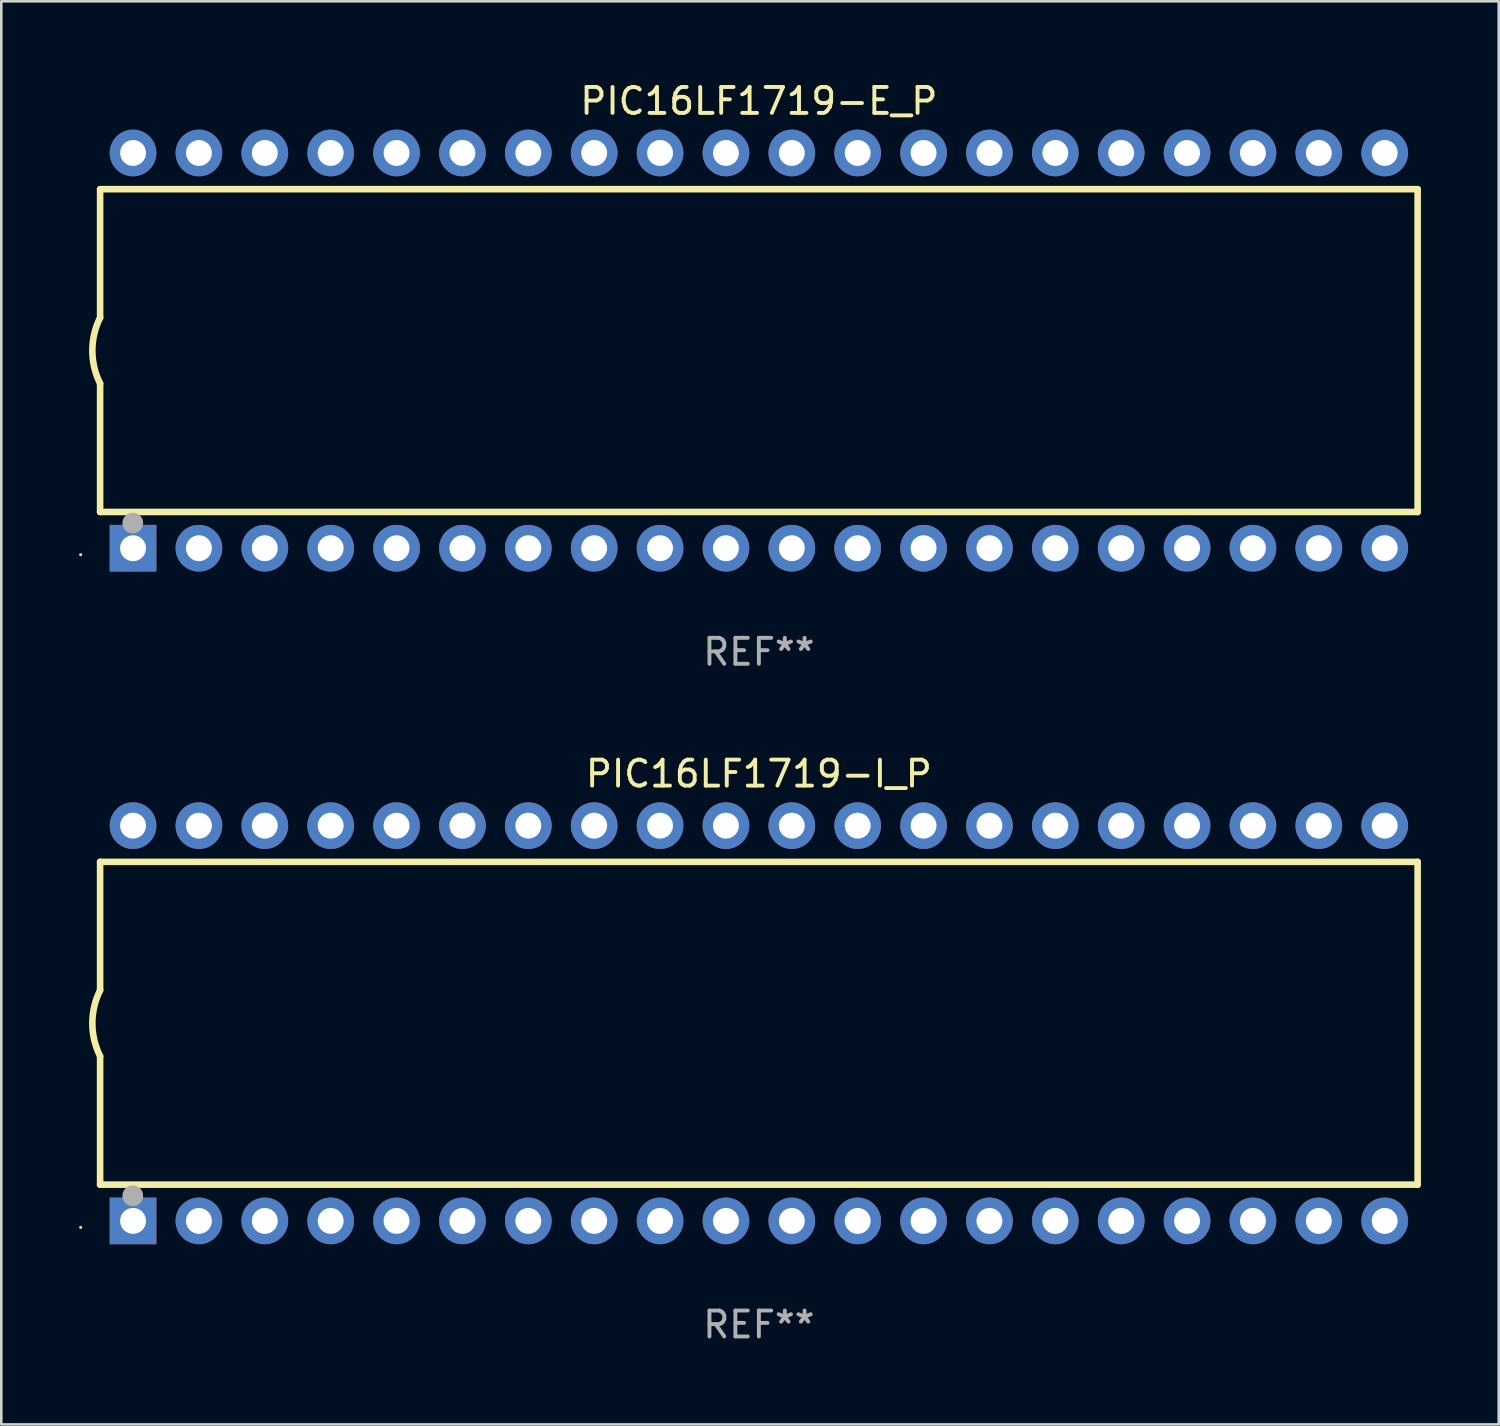
<source format=kicad_pcb>
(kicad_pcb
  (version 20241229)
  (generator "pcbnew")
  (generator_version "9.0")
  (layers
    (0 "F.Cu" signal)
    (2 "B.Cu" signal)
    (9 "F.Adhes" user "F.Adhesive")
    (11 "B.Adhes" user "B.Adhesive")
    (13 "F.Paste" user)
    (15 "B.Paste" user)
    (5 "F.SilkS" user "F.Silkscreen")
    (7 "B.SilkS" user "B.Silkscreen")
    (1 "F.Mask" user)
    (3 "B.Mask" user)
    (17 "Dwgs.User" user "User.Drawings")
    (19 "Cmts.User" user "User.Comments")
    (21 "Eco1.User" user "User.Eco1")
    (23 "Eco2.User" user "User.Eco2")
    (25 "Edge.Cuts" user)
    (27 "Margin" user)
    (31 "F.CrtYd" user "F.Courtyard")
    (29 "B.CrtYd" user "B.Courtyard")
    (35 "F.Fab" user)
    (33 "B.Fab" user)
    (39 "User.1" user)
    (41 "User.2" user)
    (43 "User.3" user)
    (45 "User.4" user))
  (footprint "PIC16LF1719-I_P"
    (layer "F.Cu")
    (at 26.21 36.405)
    (property "Reference" "PIC16LF1719-I_P" (at 0 -9.62 0) (layer "F.SilkS") (effects (font (size 1 1) (thickness 0.15))))
    (attr through_hole)
    (fp_line (start -25.4 -6.224) (end -25.4 -1.271) (stroke (width 0.254) (type solid)) (layer "F.SilkS"))
    (fp_line (start -25.4 -6.224) (end 25.4 -6.224) (stroke (width 0.254) (type solid)) (layer "F.SilkS"))
    (fp_line (start -25.4 1.269) (end -25.4 6.222) (stroke (width 0.254) (type solid)) (layer "F.SilkS"))
    (fp_line (start -25.4 6.222) (end 25.4 6.222) (stroke (width 0.254) (type solid)) (layer "F.SilkS"))
    (fp_line (start 25.4 6.222) (end 25.4 -6.224) (stroke (width 0.254) (type solid)) (layer "F.SilkS"))
    (fp_arc (start -25.4 1.269241) (mid -25.699807 -0.000762) (end -25.4 -1.270765) (stroke (width 0.254001) (type solid)) (layer "F.SilkS"))
    (fp_circle (center -26.15 7.87) (end -26.12 7.87) (stroke (width 0.06) (type solid)) (fill no) (layer "F.SilkS"))
    (fp_circle (center -24.14 6.65) (end -23.94 6.65) (stroke (width 0.4) (type solid)) (fill no) (layer "F.Fab"))
    (fp_text user "REF**" (at 0 11.62 0) (layer "F.Fab") (effects (font (size 1 1) (thickness 0.15))))
    (pad "1" thru_hole rect (at -24.13 7.62 90) (size 1.8 1.8) (drill 1) (layers "*.Cu" "*.Mask"))
    (pad "2" thru_hole circle (at -21.59 7.62) (size 1.8 1.8) (drill 1) (layers "*.Cu" "*.Mask"))
    (pad "3" thru_hole circle (at -19.05 7.62) (size 1.8 1.8) (drill 1) (layers "*.Cu" "*.Mask"))
    (pad "4" thru_hole circle (at -16.51 7.62) (size 1.8 1.8) (drill 1) (layers "*.Cu" "*.Mask"))
    (pad "5" thru_hole circle (at -13.97 7.62) (size 1.8 1.8) (drill 1) (layers "*.Cu" "*.Mask"))
    (pad "6" thru_hole circle (at -11.43 7.62) (size 1.8 1.8) (drill 1) (layers "*.Cu" "*.Mask"))
    (pad "7" thru_hole circle (at -8.89 7.62) (size 1.8 1.8) (drill 1) (layers "*.Cu" "*.Mask"))
    (pad "8" thru_hole circle (at -6.35 7.62) (size 1.8 1.8) (drill 1) (layers "*.Cu" "*.Mask"))
    (pad "9" thru_hole circle (at -3.81 7.62) (size 1.8 1.8) (drill 1) (layers "*.Cu" "*.Mask"))
    (pad "10" thru_hole circle (at -1.27 7.62) (size 1.8 1.8) (drill 1) (layers "*.Cu" "*.Mask"))
    (pad "11" thru_hole circle (at 1.27 7.62) (size 1.8 1.8) (drill 1) (layers "*.Cu" "*.Mask"))
    (pad "12" thru_hole circle (at 3.81 7.62) (size 1.8 1.8) (drill 1) (layers "*.Cu" "*.Mask"))
    (pad "13" thru_hole circle (at 6.35 7.62) (size 1.8 1.8) (drill 1) (layers "*.Cu" "*.Mask"))
    (pad "14" thru_hole circle (at 8.89 7.62) (size 1.8 1.8) (drill 1) (layers "*.Cu" "*.Mask"))
    (pad "15" thru_hole circle (at 11.43 7.62) (size 1.8 1.8) (drill 1) (layers "*.Cu" "*.Mask"))
    (pad "16" thru_hole circle (at 13.97 7.62) (size 1.8 1.8) (drill 1) (layers "*.Cu" "*.Mask"))
    (pad "17" thru_hole circle (at 16.51 7.62) (size 1.8 1.8) (drill 1) (layers "*.Cu" "*.Mask"))
    (pad "18" thru_hole circle (at 19.05 7.62) (size 1.8 1.8) (drill 1) (layers "*.Cu" "*.Mask"))
    (pad "19" thru_hole circle (at 21.59 7.62) (size 1.8 1.8) (drill 1) (layers "*.Cu" "*.Mask"))
    (pad "20" thru_hole circle (at 24.13 7.62) (size 1.8 1.8) (drill 1) (layers "*.Cu" "*.Mask"))
    (pad "21" thru_hole circle (at 24.13 -7.62) (size 1.8 1.8) (drill 1) (layers "*.Cu" "*.Mask"))
    (pad "22" thru_hole circle (at 21.59 -7.62) (size 1.8 1.8) (drill 1) (layers "*.Cu" "*.Mask"))
    (pad "23" thru_hole circle (at 19.05 -7.62) (size 1.8 1.8) (drill 1) (layers "*.Cu" "*.Mask"))
    (pad "24" thru_hole circle (at 16.51 -7.62) (size 1.8 1.8) (drill 1) (layers "*.Cu" "*.Mask"))
    (pad "25" thru_hole circle (at 13.97 -7.62) (size 1.8 1.8) (drill 1) (layers "*.Cu" "*.Mask"))
    (pad "26" thru_hole circle (at 11.43 -7.62) (size 1.8 1.8) (drill 1) (layers "*.Cu" "*.Mask"))
    (pad "27" thru_hole circle (at 8.89 -7.62) (size 1.8 1.8) (drill 1) (layers "*.Cu" "*.Mask"))
    (pad "28" thru_hole circle (at 6.35 -7.62) (size 1.8 1.8) (drill 1) (layers "*.Cu" "*.Mask"))
    (pad "29" thru_hole circle (at 3.81 -7.62) (size 1.8 1.8) (drill 1) (layers "*.Cu" "*.Mask"))
    (pad "30" thru_hole circle (at 1.27 -7.62) (size 1.8 1.8) (drill 1) (layers "*.Cu" "*.Mask"))
    (pad "31" thru_hole circle (at -1.27 -7.62) (size 1.8 1.8) (drill 1) (layers "*.Cu" "*.Mask"))
    (pad "32" thru_hole circle (at -3.81 -7.62) (size 1.8 1.8) (drill 1) (layers "*.Cu" "*.Mask"))
    (pad "33" thru_hole circle (at -6.35 -7.62) (size 1.8 1.8) (drill 1) (layers "*.Cu" "*.Mask"))
    (pad "34" thru_hole circle (at -8.89 -7.62) (size 1.8 1.8) (drill 1) (layers "*.Cu" "*.Mask"))
    (pad "35" thru_hole circle (at -11.43 -7.62) (size 1.8 1.8) (drill 1) (layers "*.Cu" "*.Mask"))
    (pad "36" thru_hole circle (at -13.97 -7.62) (size 1.8 1.8) (drill 1) (layers "*.Cu" "*.Mask"))
    (pad "37" thru_hole circle (at -16.51 -7.62) (size 1.8 1.8) (drill 1) (layers "*.Cu" "*.Mask"))
    (pad "38" thru_hole circle (at -19.05 -7.62) (size 1.8 1.8) (drill 1) (layers "*.Cu" "*.Mask"))
    (pad "39" thru_hole circle (at -21.59 -7.62) (size 1.8 1.8) (drill 1) (layers "*.Cu" "*.Mask"))
    (pad "40" thru_hole circle (at -24.13 -7.62) (size 1.8 1.8) (drill 1) (layers "*.Cu" "*.Mask")))
  (footprint "PIC16LF1719-E_P"
    (layer "F.Cu")
    (at 26.21 10.468)
    (property "Reference" "PIC16LF1719-E_P" (at 0 -9.62 0) (layer "F.SilkS") (effects (font (size 1 1) (thickness 0.15))))
    (attr through_hole)
    (fp_line (start -25.4 -6.224) (end -25.4 -1.271) (stroke (width 0.254) (type solid)) (layer "F.SilkS"))
    (fp_line (start -25.4 -6.224) (end 25.4 -6.224) (stroke (width 0.254) (type solid)) (layer "F.SilkS"))
    (fp_line (start -25.4 1.269) (end -25.4 6.222) (stroke (width 0.254) (type solid)) (layer "F.SilkS"))
    (fp_line (start -25.4 6.222) (end 25.4 6.222) (stroke (width 0.254) (type solid)) (layer "F.SilkS"))
    (fp_line (start 25.4 6.222) (end 25.4 -6.224) (stroke (width 0.254) (type solid)) (layer "F.SilkS"))
    (fp_arc (start -25.4 1.269241) (mid -25.699807 -0.000762) (end -25.4 -1.270765) (stroke (width 0.254001) (type solid)) (layer "F.SilkS"))
    (fp_circle (center -26.15 7.87) (end -26.12 7.87) (stroke (width 0.06) (type solid)) (fill no) (layer "F.SilkS"))
    (fp_circle (center -24.14 6.65) (end -23.94 6.65) (stroke (width 0.4) (type solid)) (fill no) (layer "F.Fab"))
    (fp_text user "REF**" (at 0 11.62 0) (layer "F.Fab") (effects (font (size 1 1) (thickness 0.15))))
    (pad "1" thru_hole rect (at -24.13 7.62 90) (size 1.8 1.8) (drill 1) (layers "*.Cu" "*.Mask"))
    (pad "2" thru_hole circle (at -21.59 7.62) (size 1.8 1.8) (drill 1) (layers "*.Cu" "*.Mask"))
    (pad "3" thru_hole circle (at -19.05 7.62) (size 1.8 1.8) (drill 1) (layers "*.Cu" "*.Mask"))
    (pad "4" thru_hole circle (at -16.51 7.62) (size 1.8 1.8) (drill 1) (layers "*.Cu" "*.Mask"))
    (pad "5" thru_hole circle (at -13.97 7.62) (size 1.8 1.8) (drill 1) (layers "*.Cu" "*.Mask"))
    (pad "6" thru_hole circle (at -11.43 7.62) (size 1.8 1.8) (drill 1) (layers "*.Cu" "*.Mask"))
    (pad "7" thru_hole circle (at -8.89 7.62) (size 1.8 1.8) (drill 1) (layers "*.Cu" "*.Mask"))
    (pad "8" thru_hole circle (at -6.35 7.62) (size 1.8 1.8) (drill 1) (layers "*.Cu" "*.Mask"))
    (pad "9" thru_hole circle (at -3.81 7.62) (size 1.8 1.8) (drill 1) (layers "*.Cu" "*.Mask"))
    (pad "10" thru_hole circle (at -1.27 7.62) (size 1.8 1.8) (drill 1) (layers "*.Cu" "*.Mask"))
    (pad "11" thru_hole circle (at 1.27 7.62) (size 1.8 1.8) (drill 1) (layers "*.Cu" "*.Mask"))
    (pad "12" thru_hole circle (at 3.81 7.62) (size 1.8 1.8) (drill 1) (layers "*.Cu" "*.Mask"))
    (pad "13" thru_hole circle (at 6.35 7.62) (size 1.8 1.8) (drill 1) (layers "*.Cu" "*.Mask"))
    (pad "14" thru_hole circle (at 8.89 7.62) (size 1.8 1.8) (drill 1) (layers "*.Cu" "*.Mask"))
    (pad "15" thru_hole circle (at 11.43 7.62) (size 1.8 1.8) (drill 1) (layers "*.Cu" "*.Mask"))
    (pad "16" thru_hole circle (at 13.97 7.62) (size 1.8 1.8) (drill 1) (layers "*.Cu" "*.Mask"))
    (pad "17" thru_hole circle (at 16.51 7.62) (size 1.8 1.8) (drill 1) (layers "*.Cu" "*.Mask"))
    (pad "18" thru_hole circle (at 19.05 7.62) (size 1.8 1.8) (drill 1) (layers "*.Cu" "*.Mask"))
    (pad "19" thru_hole circle (at 21.59 7.62) (size 1.8 1.8) (drill 1) (layers "*.Cu" "*.Mask"))
    (pad "20" thru_hole circle (at 24.13 7.62) (size 1.8 1.8) (drill 1) (layers "*.Cu" "*.Mask"))
    (pad "21" thru_hole circle (at 24.13 -7.62) (size 1.8 1.8) (drill 1) (layers "*.Cu" "*.Mask"))
    (pad "22" thru_hole circle (at 21.59 -7.62) (size 1.8 1.8) (drill 1) (layers "*.Cu" "*.Mask"))
    (pad "23" thru_hole circle (at 19.05 -7.62) (size 1.8 1.8) (drill 1) (layers "*.Cu" "*.Mask"))
    (pad "24" thru_hole circle (at 16.51 -7.62) (size 1.8 1.8) (drill 1) (layers "*.Cu" "*.Mask"))
    (pad "25" thru_hole circle (at 13.97 -7.62) (size 1.8 1.8) (drill 1) (layers "*.Cu" "*.Mask"))
    (pad "26" thru_hole circle (at 11.43 -7.62) (size 1.8 1.8) (drill 1) (layers "*.Cu" "*.Mask"))
    (pad "27" thru_hole circle (at 8.89 -7.62) (size 1.8 1.8) (drill 1) (layers "*.Cu" "*.Mask"))
    (pad "28" thru_hole circle (at 6.35 -7.62) (size 1.8 1.8) (drill 1) (layers "*.Cu" "*.Mask"))
    (pad "29" thru_hole circle (at 3.81 -7.62) (size 1.8 1.8) (drill 1) (layers "*.Cu" "*.Mask"))
    (pad "30" thru_hole circle (at 1.27 -7.62) (size 1.8 1.8) (drill 1) (layers "*.Cu" "*.Mask"))
    (pad "31" thru_hole circle (at -1.27 -7.62) (size 1.8 1.8) (drill 1) (layers "*.Cu" "*.Mask"))
    (pad "32" thru_hole circle (at -3.81 -7.62) (size 1.8 1.8) (drill 1) (layers "*.Cu" "*.Mask"))
    (pad "33" thru_hole circle (at -6.35 -7.62) (size 1.8 1.8) (drill 1) (layers "*.Cu" "*.Mask"))
    (pad "34" thru_hole circle (at -8.89 -7.62) (size 1.8 1.8) (drill 1) (layers "*.Cu" "*.Mask"))
    (pad "35" thru_hole circle (at -11.43 -7.62) (size 1.8 1.8) (drill 1) (layers "*.Cu" "*.Mask"))
    (pad "36" thru_hole circle (at -13.97 -7.62) (size 1.8 1.8) (drill 1) (layers "*.Cu" "*.Mask"))
    (pad "37" thru_hole circle (at -16.51 -7.62) (size 1.8 1.8) (drill 1) (layers "*.Cu" "*.Mask"))
    (pad "38" thru_hole circle (at -19.05 -7.62) (size 1.8 1.8) (drill 1) (layers "*.Cu" "*.Mask"))
    (pad "39" thru_hole circle (at -21.59 -7.62) (size 1.8 1.8) (drill 1) (layers "*.Cu" "*.Mask"))
    (pad "40" thru_hole circle (at -24.13 -7.62) (size 1.8 1.8) (drill 1) (layers "*.Cu" "*.Mask")))
  (gr_rect
    (start -3 -3)
    (end 54.737 51.873)
    (stroke (width 0.1) (type default))
    (fill no)
    (layer "Edge.Cuts")))
</source>
